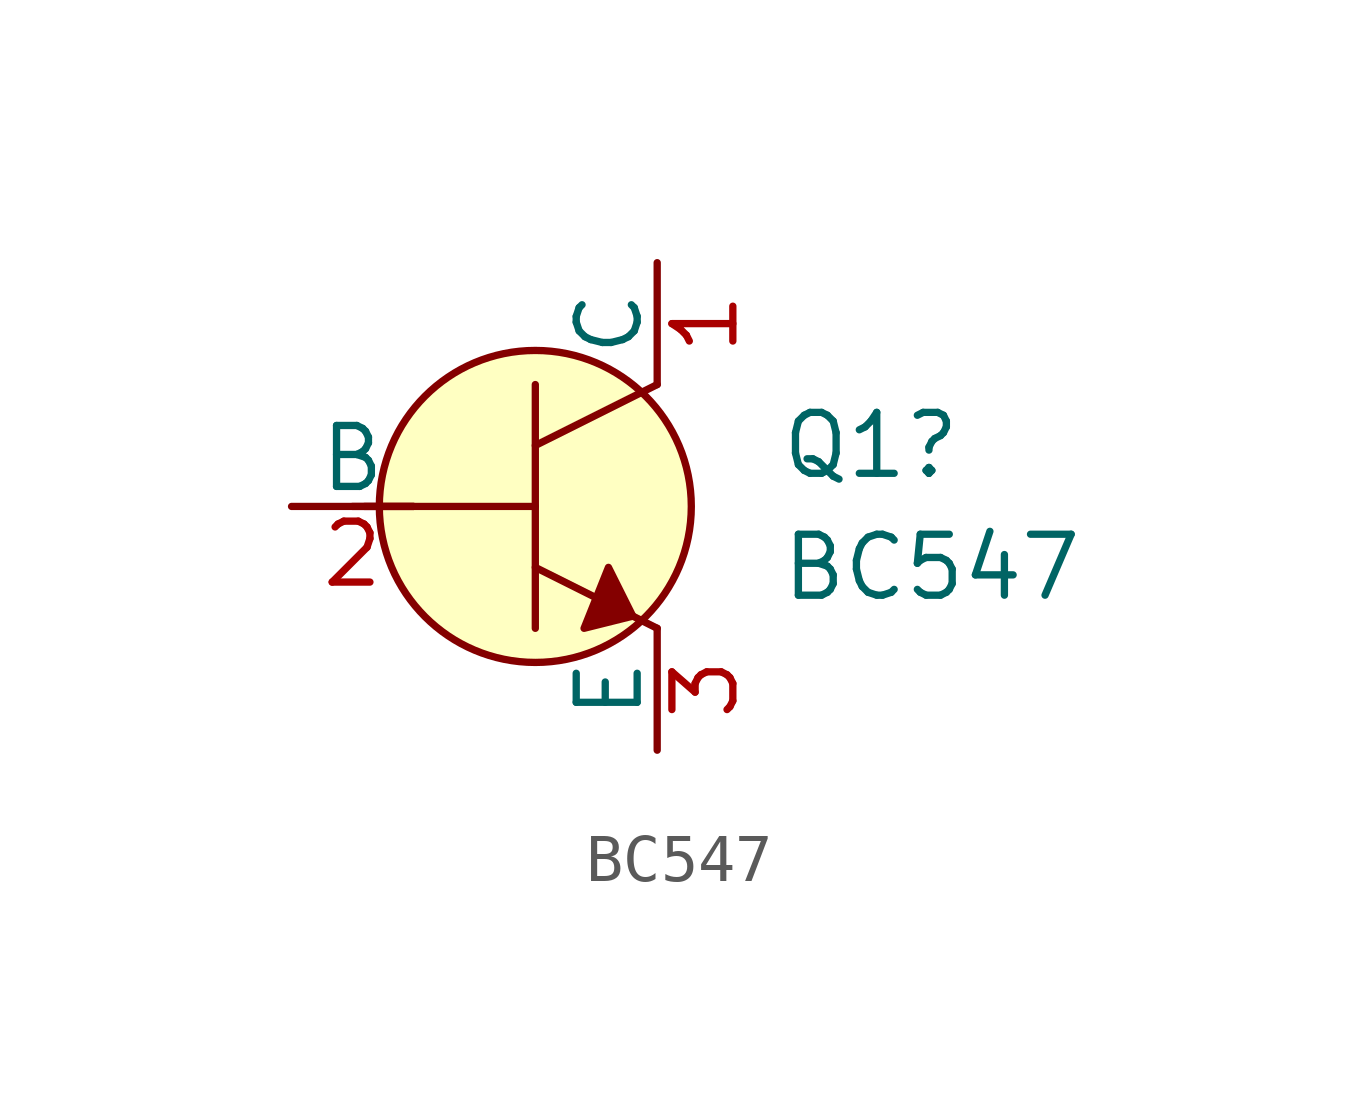
<source format=kicad_sym>
(kicad_symbol_lib
  (version 20241209)
  (generator "kicad_symbol_editor")
  (generator_version "9.0")
  (symbol "BC547"
    (pin_names
      (offset 0))
    (property "Reference" "Q1"
      (at 5.08 1.27 0)
      (effects (font (size 1.27 1.27)) (justify left)))
    (property "Value" "BC547"
      (at 5.08 -1.27 0)
      (effects (font (size 1.27 1.27)) (justify left)))
    (symbol "BC547_0_1"
      (polyline (pts (xy -3.81 0) (xy -2.54 0)) (stroke (width 0) (type solid)) (fill (type none)))
      (polyline (pts (xy -3.556 0) (xy 0 0)) (stroke (width 0) (type solid)) (fill (type none)))
      (polyline (pts (xy 0 2.54) (xy 0 -2.54)) (stroke (width 0) (type solid)) (fill (type none)))
      (polyline (pts (xy 0 1.27) (xy 2.54 2.54)) (stroke (width 0) (type solid)) (fill (type none)))
      (circle (center 0 0) (radius 3.251) (stroke (width 0) (type solid)) (fill (type background)))
      (polyline (pts (xy 0 -1.27) (xy 2.54 -2.54)) (stroke (width 0) (type solid)) (fill (type none)))
      (polyline (pts (xy 1.524 -1.27) (xy 2.032 -2.286) (xy 1.016 -2.54) (xy 1.524 -1.27)) (stroke (width 0) (type solid)) (fill (type outline))))
    (symbol "BC547_1_1"
      (pin input line (at -5.08 0 0) (length 2.54) (name "B" (effects (font (size 1.27 1.27)))) (number "2" (effects (font (size 1.27 1.27)))))
      (pin passive line (at 2.54 5.08 270) (length 2.54) (name "C" (effects (font (size 1.27 1.27)))) (number "1" (effects (font (size 1.27 1.27)))))
      (pin passive line (at 2.54 -5.08 90) (length 2.54) (name "E" (effects (font (size 1.27 1.27)))) (number "3" (effects (font (size 1.27 1.27))))))))
</source>
